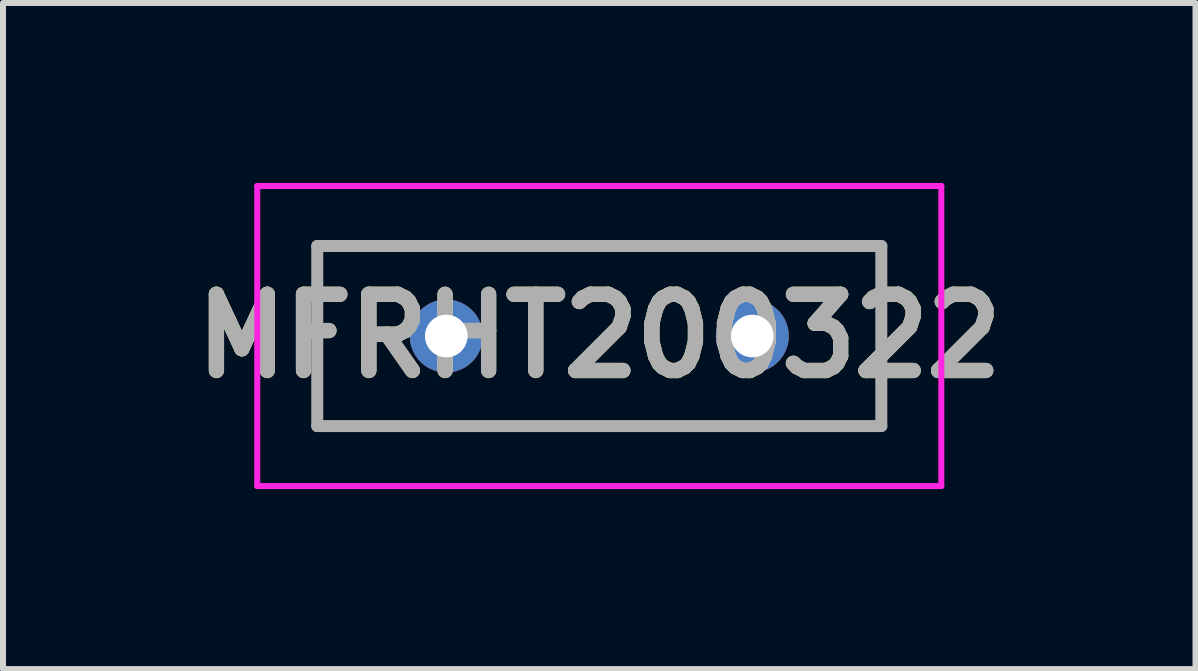
<source format=kicad_pcb>
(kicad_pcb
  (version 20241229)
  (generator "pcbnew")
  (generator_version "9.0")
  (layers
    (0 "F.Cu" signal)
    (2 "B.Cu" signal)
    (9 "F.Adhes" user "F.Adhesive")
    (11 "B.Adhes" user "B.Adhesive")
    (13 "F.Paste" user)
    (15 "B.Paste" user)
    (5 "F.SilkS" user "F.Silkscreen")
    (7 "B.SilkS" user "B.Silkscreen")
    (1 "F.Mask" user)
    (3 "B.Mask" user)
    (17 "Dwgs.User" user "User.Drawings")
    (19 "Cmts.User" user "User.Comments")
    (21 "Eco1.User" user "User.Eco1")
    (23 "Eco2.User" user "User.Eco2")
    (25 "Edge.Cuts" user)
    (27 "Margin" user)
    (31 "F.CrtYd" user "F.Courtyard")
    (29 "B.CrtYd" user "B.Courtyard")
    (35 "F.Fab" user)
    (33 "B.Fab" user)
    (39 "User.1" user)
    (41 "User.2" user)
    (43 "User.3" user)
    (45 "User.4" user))
  (footprint "MFRHT200322"
    (layer "F.Cu")
    (at 4.387 2.55)
    (property "Reference" "MFRHT200322" (at 2.55 0 0) (layer "F.SilkS") (effects (font (size 1.27 1.27) (thickness 0.254))))
    (attr through_hole)
    (fp_line (start -2.15 -1.5) (end 7.25 -1.5) (stroke (width 0.1) (type solid)) (layer "F.SilkS"))
    (fp_line (start -2.15 1.5) (end -2.15 -1.5) (stroke (width 0.1) (type solid)) (layer "F.SilkS"))
    (fp_line (start 7.25 -1.5) (end 7.25 1.5) (stroke (width 0.1) (type solid)) (layer "F.SilkS"))
    (fp_line (start 7.25 1.5) (end -2.15 1.5) (stroke (width 0.1) (type solid)) (layer "F.SilkS"))
    (fp_line (start -3.15 -2.5) (end 8.25 -2.5) (stroke (width 0.1) (type solid)) (layer "F.CrtYd"))
    (fp_line (start -3.15 2.5) (end -3.15 -2.5) (stroke (width 0.1) (type solid)) (layer "F.CrtYd"))
    (fp_line (start 8.25 -2.5) (end 8.25 2.5) (stroke (width 0.1) (type solid)) (layer "F.CrtYd"))
    (fp_line (start 8.25 2.5) (end -3.15 2.5) (stroke (width 0.1) (type solid)) (layer "F.CrtYd"))
    (fp_line (start -2.15 -1.5) (end 7.25 -1.5) (stroke (width 0.2) (type solid)) (layer "F.Fab"))
    (fp_line (start -2.15 1.5) (end -2.15 -1.5) (stroke (width 0.2) (type solid)) (layer "F.Fab"))
    (fp_line (start 7.25 -1.5) (end 7.25 1.5) (stroke (width 0.2) (type solid)) (layer "F.Fab"))
    (fp_line (start 7.25 1.5) (end -2.15 1.5) (stroke (width 0.2) (type solid)) (layer "F.Fab"))
    (fp_text user "${REFERENCE}" (at 2.55 0 0) (layer "F.Fab") (effects (font (size 1.27 1.27) (thickness 0.254))))
    (pad "1" thru_hole circle (at 0 0) (size 1.217 1.217) (drill 0.71) (layers "*.Cu" "*.Mask"))
    (pad "2" thru_hole circle (at 5.1 0) (size 1.217 1.217) (drill 0.71) (layers "*.Cu" "*.Mask")))
  (gr_rect
    (start -3 -3)
    (end 16.873 8.1)
    (stroke (width 0.1) (type default))
    (fill no)
    (layer "Edge.Cuts")))
</source>
